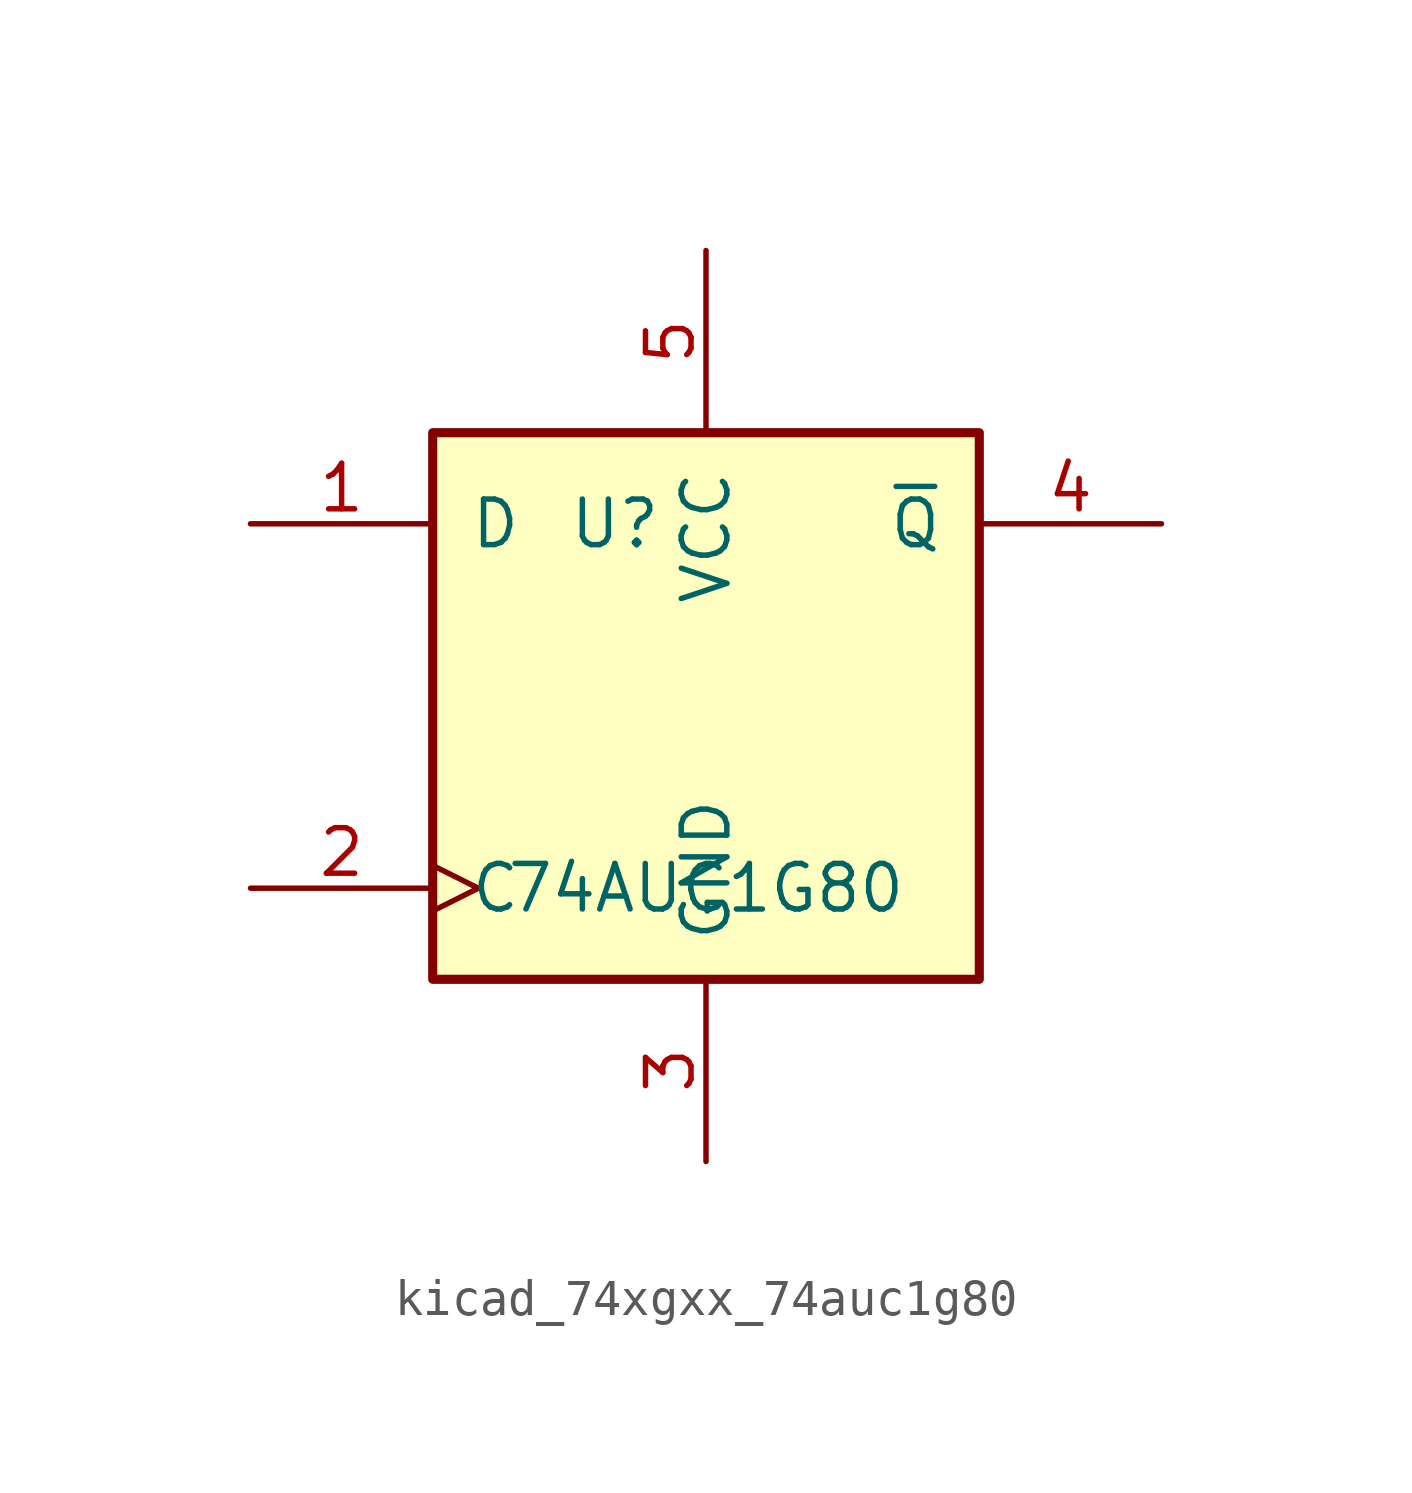
<source format=kicad_sym>
(kicad_symbol_lib
  (version 20220914)
  (generator kicad_symbol_editor)
  (symbol "kicad_74xgxx_74auc1g80"
    (pin_names
      (offset 1.016))
    (property "Reference" "U"
      (at -2.54 5.08 0)
      (effects (font (size 1.27 1.27))))
    (property "Value" "74AUC1G80"
      (at 0 -5.08 0)
      (effects (font (size 1.27 1.27))))
    (symbol "kicad_74xgxx_74auc1g80_0_1"
      (rectangle (start -7.62 7.62) (end 7.62 -7.62) (stroke (width 0.254) (type default)) (fill (type background))))
    (symbol "kicad_74xgxx_74auc1g80_1_1"
      (pin input line (at -12.7 5.08 0) (length 5.08) (name "D" (effects (font (size 1.27 1.27)))) (number "1" (effects (font (size 1.27 1.27)))))
      (pin input clock (at -12.7 -5.08 0) (length 5.08) (name "C" (effects (font (size 1.27 1.27)))) (number "2" (effects (font (size 1.27 1.27)))))
      (pin power_in line (at 0 -12.7 90) (length 5.08) (name "GND" (effects (font (size 1.27 1.27)))) (number "3" (effects (font (size 1.27 1.27)))))
      (pin output line (at 12.7 5.08 180) (length 5.08) (name "~{Q}" (effects (font (size 1.27 1.27)))) (number "4" (effects (font (size 1.27 1.27)))))
      (pin power_in line (at 0 12.7 270) (length 5.08) (name "VCC" (effects (font (size 1.27 1.27)))) (number "5" (effects (font (size 1.27 1.27))))))))
</source>
